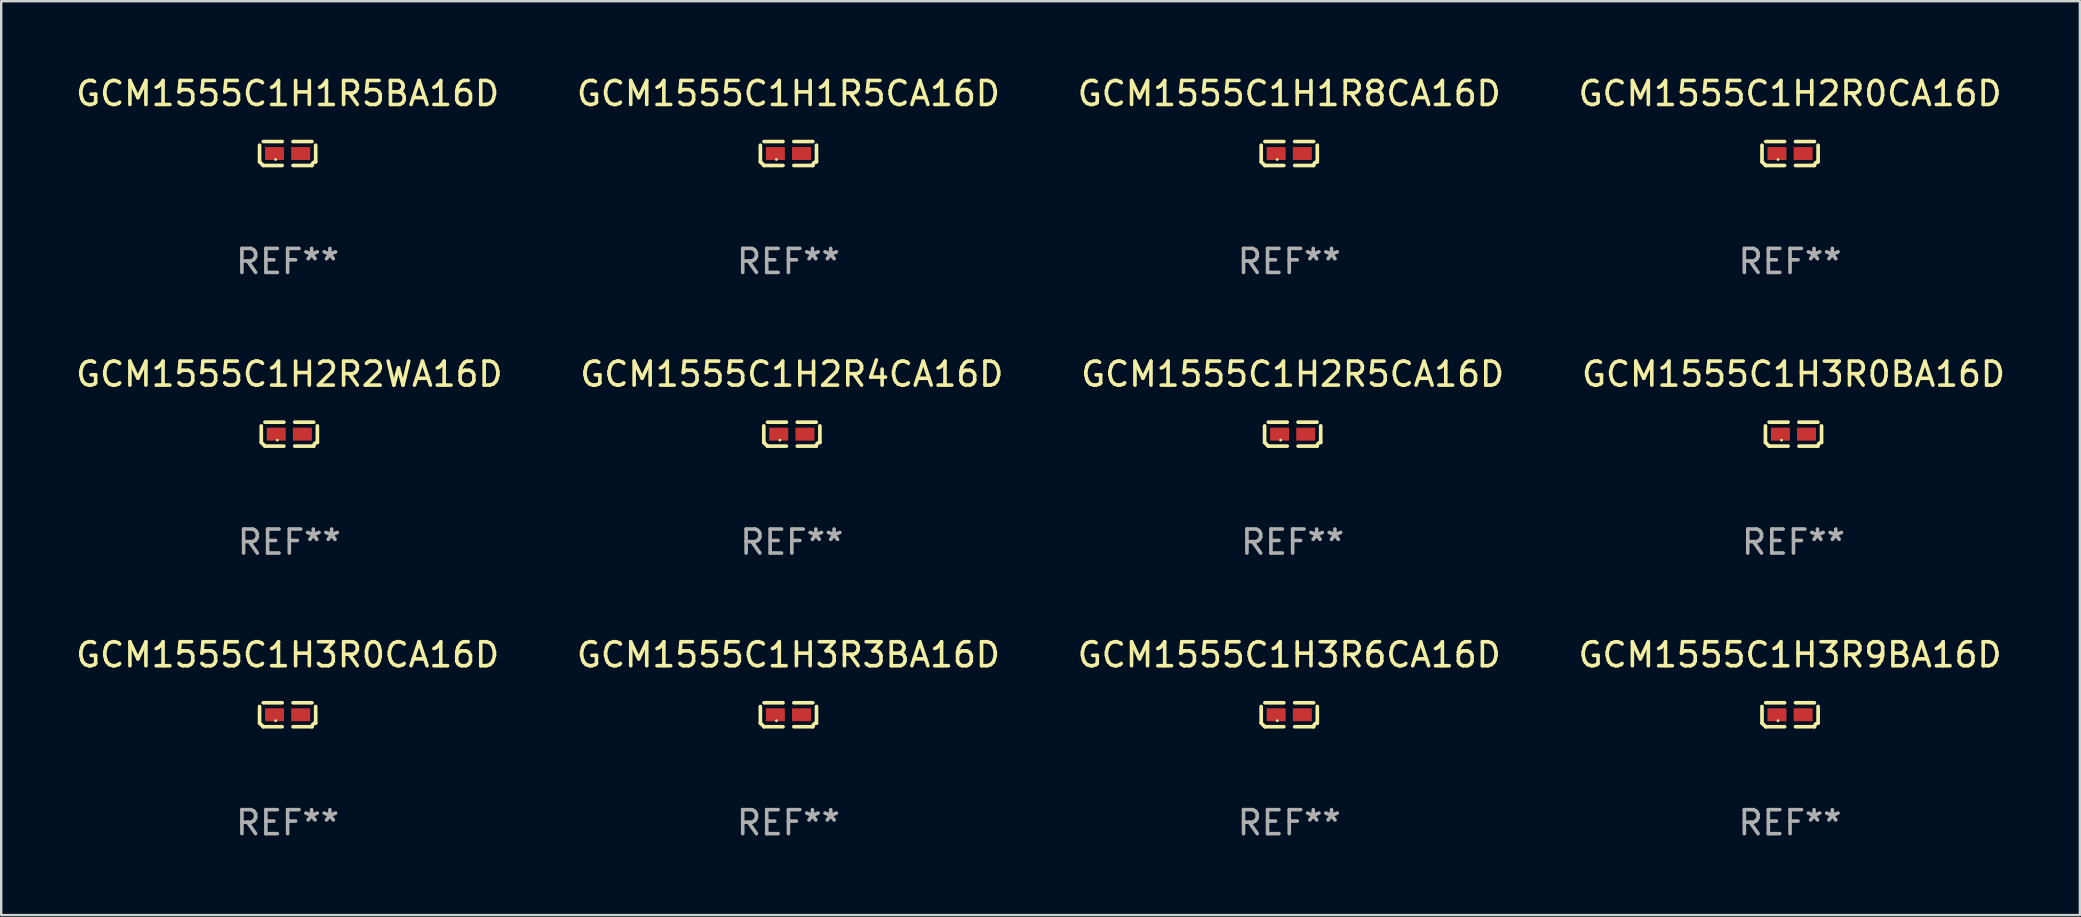
<source format=kicad_pcb>
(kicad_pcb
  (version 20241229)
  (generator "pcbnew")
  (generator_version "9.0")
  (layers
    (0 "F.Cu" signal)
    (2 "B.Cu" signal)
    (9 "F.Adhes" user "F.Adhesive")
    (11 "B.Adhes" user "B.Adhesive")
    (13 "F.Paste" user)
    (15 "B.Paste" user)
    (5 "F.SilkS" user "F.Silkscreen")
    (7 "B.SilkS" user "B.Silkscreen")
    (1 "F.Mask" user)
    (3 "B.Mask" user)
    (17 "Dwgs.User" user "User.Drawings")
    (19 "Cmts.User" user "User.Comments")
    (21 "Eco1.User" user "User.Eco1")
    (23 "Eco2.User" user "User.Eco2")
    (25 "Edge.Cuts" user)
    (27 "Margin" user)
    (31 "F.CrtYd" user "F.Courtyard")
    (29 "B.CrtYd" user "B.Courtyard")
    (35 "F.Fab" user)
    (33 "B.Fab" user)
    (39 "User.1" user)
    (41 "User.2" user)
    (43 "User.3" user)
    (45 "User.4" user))
  (footprint "GCM1555C1H1R5BA16D"
    (layer "F.Cu")
    (at 8.935 3.347)
    (property "Reference" "GCM1555C1H1R5BA16D" (at 0 -2.499 0) (layer "F.SilkS") (effects (font (size 1 1) (thickness 0.15))))
    (attr through_hole)
    (fp_line (start -1.169 0.346) (end -1.169 -0.346) (stroke (width 0.152) (type solid)) (layer "F.SilkS"))
    (fp_line (start -1.016 -0.499) (end -0.226 -0.499) (stroke (width 0.152) (type solid)) (layer "F.SilkS"))
    (fp_line (start -0.226 0.499) (end -1.016 0.499) (stroke (width 0.152) (type solid)) (layer "F.SilkS"))
    (fp_line (start 0.226 0.499) (end 1.016 0.499) (stroke (width 0.152) (type solid)) (layer "F.SilkS"))
    (fp_line (start 1.016 -0.499) (end 0.226 -0.499) (stroke (width 0.152) (type solid)) (layer "F.SilkS"))
    (fp_line (start 1.169 0.346) (end 1.169 -0.346) (stroke (width 0.152) (type solid)) (layer "F.SilkS"))
    (fp_arc (start -1.016307 0.498603) (mid -1.092512 0.422405) (end -1.16871 0.3462) (stroke (width 0.1524) (type solid)) (layer "F.SilkS"))
    (fp_arc (start 1.016307 0.498603) (mid 1.060899 0.390758) (end 1.168707 0.346076) (stroke (width 0.1524) (type solid)) (layer "F.SilkS"))
    (fp_circle (center -0.5 0.25) (end -0.47 0.25) (stroke (width 0.06) (type solid)) (fill no) (layer "F.SilkS"))
    (fp_text user "REF**" (at 0 4.499 0) (layer "F.Fab") (effects (font (size 1 1) (thickness 0.15))))
    (pad "1" smd rect (at -0.545 0) (size 0.79 0.54) (layers "F.Cu" "F.Mask" "F.Paste"))
    (pad "2" smd rect (at 0.545 0) (size 0.79 0.54) (layers "F.Cu" "F.Mask" "F.Paste")))
  (footprint "GCM1555C1H1R8CA16D"
    (layer "F.Cu")
    (at 50.673 3.347)
    (property "Reference" "GCM1555C1H1R8CA16D" (at 0 -2.499 0) (layer "F.SilkS") (effects (font (size 1 1) (thickness 0.15))))
    (attr through_hole)
    (fp_line (start -1.169 0.346) (end -1.169 -0.346) (stroke (width 0.152) (type solid)) (layer "F.SilkS"))
    (fp_line (start -1.016 -0.499) (end -0.226 -0.499) (stroke (width 0.152) (type solid)) (layer "F.SilkS"))
    (fp_line (start -0.226 0.499) (end -1.016 0.499) (stroke (width 0.152) (type solid)) (layer "F.SilkS"))
    (fp_line (start 0.226 0.499) (end 1.016 0.499) (stroke (width 0.152) (type solid)) (layer "F.SilkS"))
    (fp_line (start 1.016 -0.499) (end 0.226 -0.499) (stroke (width 0.152) (type solid)) (layer "F.SilkS"))
    (fp_line (start 1.169 0.346) (end 1.169 -0.346) (stroke (width 0.152) (type solid)) (layer "F.SilkS"))
    (fp_arc (start -1.016307 0.498603) (mid -1.092512 0.422405) (end -1.16871 0.3462) (stroke (width 0.1524) (type solid)) (layer "F.SilkS"))
    (fp_arc (start 1.016307 0.498603) (mid 1.060899 0.390758) (end 1.168707 0.346076) (stroke (width 0.1524) (type solid)) (layer "F.SilkS"))
    (fp_circle (center -0.5 0.25) (end -0.47 0.25) (stroke (width 0.06) (type solid)) (fill no) (layer "F.SilkS"))
    (fp_text user "REF**" (at 0 4.499 0) (layer "F.Fab") (effects (font (size 1 1) (thickness 0.15))))
    (pad "1" smd rect (at -0.545 0) (size 0.79 0.54) (layers "F.Cu" "F.Mask" "F.Paste"))
    (pad "2" smd rect (at 0.545 0) (size 0.79 0.54) (layers "F.Cu" "F.Mask" "F.Paste")))
  (footprint "GCM1555C1H2R4CA16D"
    (layer "F.Cu")
    (at 29.946 15.041)
    (property "Reference" "GCM1555C1H2R4CA16D" (at 0 -2.499 0) (layer "F.SilkS") (effects (font (size 1 1) (thickness 0.15))))
    (attr through_hole)
    (fp_line (start -1.169 0.346) (end -1.169 -0.346) (stroke (width 0.152) (type solid)) (layer "F.SilkS"))
    (fp_line (start -1.016 -0.499) (end -0.226 -0.499) (stroke (width 0.152) (type solid)) (layer "F.SilkS"))
    (fp_line (start -0.226 0.499) (end -1.016 0.499) (stroke (width 0.152) (type solid)) (layer "F.SilkS"))
    (fp_line (start 0.226 0.499) (end 1.016 0.499) (stroke (width 0.152) (type solid)) (layer "F.SilkS"))
    (fp_line (start 1.016 -0.499) (end 0.226 -0.499) (stroke (width 0.152) (type solid)) (layer "F.SilkS"))
    (fp_line (start 1.169 0.346) (end 1.169 -0.346) (stroke (width 0.152) (type solid)) (layer "F.SilkS"))
    (fp_arc (start -1.016307 0.498603) (mid -1.092512 0.422405) (end -1.16871 0.3462) (stroke (width 0.1524) (type solid)) (layer "F.SilkS"))
    (fp_arc (start 1.016307 0.498603) (mid 1.060899 0.390758) (end 1.168707 0.346076) (stroke (width 0.1524) (type solid)) (layer "F.SilkS"))
    (fp_circle (center -0.5 0.25) (end -0.47 0.25) (stroke (width 0.06) (type solid)) (fill no) (layer "F.SilkS"))
    (fp_text user "REF**" (at 0 4.499 0) (layer "F.Fab") (effects (font (size 1 1) (thickness 0.15))))
    (pad "1" smd rect (at -0.545 0) (size 0.79 0.54) (layers "F.Cu" "F.Mask" "F.Paste"))
    (pad "2" smd rect (at 0.545 0) (size 0.79 0.54) (layers "F.Cu" "F.Mask" "F.Paste")))
  (footprint "GCM1555C1H2R2WA16D"
    (layer "F.Cu")
    (at 9.006 15.041)
    (property "Reference" "GCM1555C1H2R2WA16D" (at 0 -2.499 0) (layer "F.SilkS") (effects (font (size 1 1) (thickness 0.15))))
    (attr through_hole)
    (fp_line (start -1.169 0.346) (end -1.169 -0.346) (stroke (width 0.152) (type solid)) (layer "F.SilkS"))
    (fp_line (start -1.016 -0.499) (end -0.226 -0.499) (stroke (width 0.152) (type solid)) (layer "F.SilkS"))
    (fp_line (start -0.226 0.499) (end -1.016 0.499) (stroke (width 0.152) (type solid)) (layer "F.SilkS"))
    (fp_line (start 0.226 0.499) (end 1.016 0.499) (stroke (width 0.152) (type solid)) (layer "F.SilkS"))
    (fp_line (start 1.016 -0.499) (end 0.226 -0.499) (stroke (width 0.152) (type solid)) (layer "F.SilkS"))
    (fp_line (start 1.169 0.346) (end 1.169 -0.346) (stroke (width 0.152) (type solid)) (layer "F.SilkS"))
    (fp_arc (start -1.016307 0.498603) (mid -1.092512 0.422405) (end -1.16871 0.3462) (stroke (width 0.1524) (type solid)) (layer "F.SilkS"))
    (fp_arc (start 1.016307 0.498603) (mid 1.060899 0.390758) (end 1.168707 0.346076) (stroke (width 0.1524) (type solid)) (layer "F.SilkS"))
    (fp_circle (center -0.5 0.25) (end -0.47 0.25) (stroke (width 0.06) (type solid)) (fill no) (layer "F.SilkS"))
    (fp_text user "REF**" (at 0 4.499 0) (layer "F.Fab") (effects (font (size 1 1) (thickness 0.15))))
    (pad "1" smd rect (at -0.545 0) (size 0.79 0.54) (layers "F.Cu" "F.Mask" "F.Paste"))
    (pad "2" smd rect (at 0.545 0) (size 0.79 0.54) (layers "F.Cu" "F.Mask" "F.Paste")))
  (footprint "GCM1555C1H3R9BA16D"
    (layer "F.Cu")
    (at 71.542 26.734)
    (property "Reference" "GCM1555C1H3R9BA16D" (at 0 -2.499 0) (layer "F.SilkS") (effects (font (size 1 1) (thickness 0.15))))
    (attr through_hole)
    (fp_line (start -1.169 0.346) (end -1.169 -0.346) (stroke (width 0.152) (type solid)) (layer "F.SilkS"))
    (fp_line (start -1.016 -0.499) (end -0.226 -0.499) (stroke (width 0.152) (type solid)) (layer "F.SilkS"))
    (fp_line (start -0.226 0.499) (end -1.016 0.499) (stroke (width 0.152) (type solid)) (layer "F.SilkS"))
    (fp_line (start 0.226 0.499) (end 1.016 0.499) (stroke (width 0.152) (type solid)) (layer "F.SilkS"))
    (fp_line (start 1.016 -0.499) (end 0.226 -0.499) (stroke (width 0.152) (type solid)) (layer "F.SilkS"))
    (fp_line (start 1.169 0.346) (end 1.169 -0.346) (stroke (width 0.152) (type solid)) (layer "F.SilkS"))
    (fp_arc (start -1.016307 0.498603) (mid -1.092512 0.422405) (end -1.16871 0.3462) (stroke (width 0.1524) (type solid)) (layer "F.SilkS"))
    (fp_arc (start 1.016307 0.498603) (mid 1.060899 0.390758) (end 1.168707 0.346076) (stroke (width 0.1524) (type solid)) (layer "F.SilkS"))
    (fp_circle (center -0.5 0.25) (end -0.47 0.25) (stroke (width 0.06) (type solid)) (fill no) (layer "F.SilkS"))
    (fp_text user "REF**" (at 0 4.499 0) (layer "F.Fab") (effects (font (size 1 1) (thickness 0.15))))
    (pad "1" smd rect (at -0.545 0) (size 0.79 0.54) (layers "F.Cu" "F.Mask" "F.Paste"))
    (pad "2" smd rect (at 0.545 0) (size 0.79 0.54) (layers "F.Cu" "F.Mask" "F.Paste")))
  (footprint "GCM1555C1H3R3BA16D"
    (layer "F.Cu")
    (at 29.804 26.734)
    (property "Reference" "GCM1555C1H3R3BA16D" (at 0 -2.499 0) (layer "F.SilkS") (effects (font (size 1 1) (thickness 0.15))))
    (attr through_hole)
    (fp_line (start -1.169 0.346) (end -1.169 -0.346) (stroke (width 0.152) (type solid)) (layer "F.SilkS"))
    (fp_line (start -1.016 -0.499) (end -0.226 -0.499) (stroke (width 0.152) (type solid)) (layer "F.SilkS"))
    (fp_line (start -0.226 0.499) (end -1.016 0.499) (stroke (width 0.152) (type solid)) (layer "F.SilkS"))
    (fp_line (start 0.226 0.499) (end 1.016 0.499) (stroke (width 0.152) (type solid)) (layer "F.SilkS"))
    (fp_line (start 1.016 -0.499) (end 0.226 -0.499) (stroke (width 0.152) (type solid)) (layer "F.SilkS"))
    (fp_line (start 1.169 0.346) (end 1.169 -0.346) (stroke (width 0.152) (type solid)) (layer "F.SilkS"))
    (fp_arc (start -1.016307 0.498603) (mid -1.092512 0.422405) (end -1.16871 0.3462) (stroke (width 0.1524) (type solid)) (layer "F.SilkS"))
    (fp_arc (start 1.016307 0.498603) (mid 1.060899 0.390758) (end 1.168707 0.346076) (stroke (width 0.1524) (type solid)) (layer "F.SilkS"))
    (fp_circle (center -0.5 0.25) (end -0.47 0.25) (stroke (width 0.06) (type solid)) (fill no) (layer "F.SilkS"))
    (fp_text user "REF**" (at 0 4.499 0) (layer "F.Fab") (effects (font (size 1 1) (thickness 0.15))))
    (pad "1" smd rect (at -0.545 0) (size 0.79 0.54) (layers "F.Cu" "F.Mask" "F.Paste"))
    (pad "2" smd rect (at 0.545 0) (size 0.79 0.54) (layers "F.Cu" "F.Mask" "F.Paste")))
  (footprint "GCM1555C1H3R0CA16D"
    (layer "F.Cu")
    (at 8.935 26.734)
    (property "Reference" "GCM1555C1H3R0CA16D" (at 0 -2.499 0) (layer "F.SilkS") (effects (font (size 1 1) (thickness 0.15))))
    (attr through_hole)
    (fp_line (start -1.169 0.346) (end -1.169 -0.346) (stroke (width 0.152) (type solid)) (layer "F.SilkS"))
    (fp_line (start -1.016 -0.499) (end -0.226 -0.499) (stroke (width 0.152) (type solid)) (layer "F.SilkS"))
    (fp_line (start -0.226 0.499) (end -1.016 0.499) (stroke (width 0.152) (type solid)) (layer "F.SilkS"))
    (fp_line (start 0.226 0.499) (end 1.016 0.499) (stroke (width 0.152) (type solid)) (layer "F.SilkS"))
    (fp_line (start 1.016 -0.499) (end 0.226 -0.499) (stroke (width 0.152) (type solid)) (layer "F.SilkS"))
    (fp_line (start 1.169 0.346) (end 1.169 -0.346) (stroke (width 0.152) (type solid)) (layer "F.SilkS"))
    (fp_arc (start -1.016307 0.498603) (mid -1.092512 0.422405) (end -1.16871 0.3462) (stroke (width 0.1524) (type solid)) (layer "F.SilkS"))
    (fp_arc (start 1.016307 0.498603) (mid 1.060899 0.390758) (end 1.168707 0.346076) (stroke (width 0.1524) (type solid)) (layer "F.SilkS"))
    (fp_circle (center -0.5 0.25) (end -0.47 0.25) (stroke (width 0.06) (type solid)) (fill no) (layer "F.SilkS"))
    (fp_text user "REF**" (at 0 4.499 0) (layer "F.Fab") (effects (font (size 1 1) (thickness 0.15))))
    (pad "1" smd rect (at -0.545 0) (size 0.79 0.54) (layers "F.Cu" "F.Mask" "F.Paste"))
    (pad "2" smd rect (at 0.545 0) (size 0.79 0.54) (layers "F.Cu" "F.Mask" "F.Paste")))
  (footprint "GCM1555C1H2R0CA16D"
    (layer "F.Cu")
    (at 71.542 3.347)
    (property "Reference" "GCM1555C1H2R0CA16D" (at 0 -2.499 0) (layer "F.SilkS") (effects (font (size 1 1) (thickness 0.15))))
    (attr through_hole)
    (fp_line (start -1.169 0.346) (end -1.169 -0.346) (stroke (width 0.152) (type solid)) (layer "F.SilkS"))
    (fp_line (start -1.016 -0.499) (end -0.226 -0.499) (stroke (width 0.152) (type solid)) (layer "F.SilkS"))
    (fp_line (start -0.226 0.499) (end -1.016 0.499) (stroke (width 0.152) (type solid)) (layer "F.SilkS"))
    (fp_line (start 0.226 0.499) (end 1.016 0.499) (stroke (width 0.152) (type solid)) (layer "F.SilkS"))
    (fp_line (start 1.016 -0.499) (end 0.226 -0.499) (stroke (width 0.152) (type solid)) (layer "F.SilkS"))
    (fp_line (start 1.169 0.346) (end 1.169 -0.346) (stroke (width 0.152) (type solid)) (layer "F.SilkS"))
    (fp_arc (start -1.016307 0.498603) (mid -1.092512 0.422405) (end -1.16871 0.3462) (stroke (width 0.1524) (type solid)) (layer "F.SilkS"))
    (fp_arc (start 1.016307 0.498603) (mid 1.060899 0.390758) (end 1.168707 0.346076) (stroke (width 0.1524) (type solid)) (layer "F.SilkS"))
    (fp_circle (center -0.5 0.25) (end -0.47 0.25) (stroke (width 0.06) (type solid)) (fill no) (layer "F.SilkS"))
    (fp_text user "REF**" (at 0 4.499 0) (layer "F.Fab") (effects (font (size 1 1) (thickness 0.15))))
    (pad "1" smd rect (at -0.545 0) (size 0.79 0.54) (layers "F.Cu" "F.Mask" "F.Paste"))
    (pad "2" smd rect (at 0.545 0) (size 0.79 0.54) (layers "F.Cu" "F.Mask" "F.Paste")))
  (footprint "GCM1555C1H2R5CA16D"
    (layer "F.Cu")
    (at 50.815 15.041)
    (property "Reference" "GCM1555C1H2R5CA16D" (at 0 -2.499 0) (layer "F.SilkS") (effects (font (size 1 1) (thickness 0.15))))
    (attr through_hole)
    (fp_line (start -1.169 0.346) (end -1.169 -0.346) (stroke (width 0.152) (type solid)) (layer "F.SilkS"))
    (fp_line (start -1.016 -0.499) (end -0.226 -0.499) (stroke (width 0.152) (type solid)) (layer "F.SilkS"))
    (fp_line (start -0.226 0.499) (end -1.016 0.499) (stroke (width 0.152) (type solid)) (layer "F.SilkS"))
    (fp_line (start 0.226 0.499) (end 1.016 0.499) (stroke (width 0.152) (type solid)) (layer "F.SilkS"))
    (fp_line (start 1.016 -0.499) (end 0.226 -0.499) (stroke (width 0.152) (type solid)) (layer "F.SilkS"))
    (fp_line (start 1.169 0.346) (end 1.169 -0.346) (stroke (width 0.152) (type solid)) (layer "F.SilkS"))
    (fp_arc (start -1.016307 0.498603) (mid -1.092512 0.422405) (end -1.16871 0.3462) (stroke (width 0.1524) (type solid)) (layer "F.SilkS"))
    (fp_arc (start 1.016307 0.498603) (mid 1.060899 0.390758) (end 1.168707 0.346076) (stroke (width 0.1524) (type solid)) (layer "F.SilkS"))
    (fp_circle (center -0.5 0.25) (end -0.47 0.25) (stroke (width 0.06) (type solid)) (fill no) (layer "F.SilkS"))
    (fp_text user "REF**" (at 0 4.499 0) (layer "F.Fab") (effects (font (size 1 1) (thickness 0.15))))
    (pad "1" smd rect (at -0.545 0) (size 0.79 0.54) (layers "F.Cu" "F.Mask" "F.Paste"))
    (pad "2" smd rect (at 0.545 0) (size 0.79 0.54) (layers "F.Cu" "F.Mask" "F.Paste")))
  (footprint "GCM1555C1H1R5CA16D"
    (layer "F.Cu")
    (at 29.804 3.347)
    (property "Reference" "GCM1555C1H1R5CA16D" (at 0 -2.499 0) (layer "F.SilkS") (effects (font (size 1 1) (thickness 0.15))))
    (attr through_hole)
    (fp_line (start -1.169 0.346) (end -1.169 -0.346) (stroke (width 0.152) (type solid)) (layer "F.SilkS"))
    (fp_line (start -1.016 -0.499) (end -0.226 -0.499) (stroke (width 0.152) (type solid)) (layer "F.SilkS"))
    (fp_line (start -0.226 0.499) (end -1.016 0.499) (stroke (width 0.152) (type solid)) (layer "F.SilkS"))
    (fp_line (start 0.226 0.499) (end 1.016 0.499) (stroke (width 0.152) (type solid)) (layer "F.SilkS"))
    (fp_line (start 1.016 -0.499) (end 0.226 -0.499) (stroke (width 0.152) (type solid)) (layer "F.SilkS"))
    (fp_line (start 1.169 0.346) (end 1.169 -0.346) (stroke (width 0.152) (type solid)) (layer "F.SilkS"))
    (fp_arc (start -1.016307 0.498603) (mid -1.092512 0.422405) (end -1.16871 0.3462) (stroke (width 0.1524) (type solid)) (layer "F.SilkS"))
    (fp_arc (start 1.016307 0.498603) (mid 1.060899 0.390758) (end 1.168707 0.346076) (stroke (width 0.1524) (type solid)) (layer "F.SilkS"))
    (fp_circle (center -0.5 0.25) (end -0.47 0.25) (stroke (width 0.06) (type solid)) (fill no) (layer "F.SilkS"))
    (fp_text user "REF**" (at 0 4.499 0) (layer "F.Fab") (effects (font (size 1 1) (thickness 0.15))))
    (pad "1" smd rect (at -0.545 0) (size 0.79 0.54) (layers "F.Cu" "F.Mask" "F.Paste"))
    (pad "2" smd rect (at 0.545 0) (size 0.79 0.54) (layers "F.Cu" "F.Mask" "F.Paste")))
  (footprint "GCM1555C1H3R6CA16D"
    (layer "F.Cu")
    (at 50.673 26.734)
    (property "Reference" "GCM1555C1H3R6CA16D" (at 0 -2.499 0) (layer "F.SilkS") (effects (font (size 1 1) (thickness 0.15))))
    (attr through_hole)
    (fp_line (start -1.169 0.346) (end -1.169 -0.346) (stroke (width 0.152) (type solid)) (layer "F.SilkS"))
    (fp_line (start -1.016 -0.499) (end -0.226 -0.499) (stroke (width 0.152) (type solid)) (layer "F.SilkS"))
    (fp_line (start -0.226 0.499) (end -1.016 0.499) (stroke (width 0.152) (type solid)) (layer "F.SilkS"))
    (fp_line (start 0.226 0.499) (end 1.016 0.499) (stroke (width 0.152) (type solid)) (layer "F.SilkS"))
    (fp_line (start 1.016 -0.499) (end 0.226 -0.499) (stroke (width 0.152) (type solid)) (layer "F.SilkS"))
    (fp_line (start 1.169 0.346) (end 1.169 -0.346) (stroke (width 0.152) (type solid)) (layer "F.SilkS"))
    (fp_arc (start -1.016307 0.498603) (mid -1.092512 0.422405) (end -1.16871 0.3462) (stroke (width 0.1524) (type solid)) (layer "F.SilkS"))
    (fp_arc (start 1.016307 0.498603) (mid 1.060899 0.390758) (end 1.168707 0.346076) (stroke (width 0.1524) (type solid)) (layer "F.SilkS"))
    (fp_circle (center -0.5 0.25) (end -0.47 0.25) (stroke (width 0.06) (type solid)) (fill no) (layer "F.SilkS"))
    (fp_text user "REF**" (at 0 4.499 0) (layer "F.Fab") (effects (font (size 1 1) (thickness 0.15))))
    (pad "1" smd rect (at -0.545 0) (size 0.79 0.54) (layers "F.Cu" "F.Mask" "F.Paste"))
    (pad "2" smd rect (at 0.545 0) (size 0.79 0.54) (layers "F.Cu" "F.Mask" "F.Paste")))
  (footprint "GCM1555C1H3R0BA16D"
    (layer "F.Cu")
    (at 71.685 15.041)
    (property "Reference" "GCM1555C1H3R0BA16D" (at 0 -2.499 0) (layer "F.SilkS") (effects (font (size 1 1) (thickness 0.15))))
    (attr through_hole)
    (fp_line (start -1.169 0.346) (end -1.169 -0.346) (stroke (width 0.152) (type solid)) (layer "F.SilkS"))
    (fp_line (start -1.016 -0.499) (end -0.226 -0.499) (stroke (width 0.152) (type solid)) (layer "F.SilkS"))
    (fp_line (start -0.226 0.499) (end -1.016 0.499) (stroke (width 0.152) (type solid)) (layer "F.SilkS"))
    (fp_line (start 0.226 0.499) (end 1.016 0.499) (stroke (width 0.152) (type solid)) (layer "F.SilkS"))
    (fp_line (start 1.016 -0.499) (end 0.226 -0.499) (stroke (width 0.152) (type solid)) (layer "F.SilkS"))
    (fp_line (start 1.169 0.346) (end 1.169 -0.346) (stroke (width 0.152) (type solid)) (layer "F.SilkS"))
    (fp_arc (start -1.016307 0.498603) (mid -1.092512 0.422405) (end -1.16871 0.3462) (stroke (width 0.1524) (type solid)) (layer "F.SilkS"))
    (fp_arc (start 1.016307 0.498603) (mid 1.060899 0.390758) (end 1.168707 0.346076) (stroke (width 0.1524) (type solid)) (layer "F.SilkS"))
    (fp_circle (center -0.5 0.25) (end -0.47 0.25) (stroke (width 0.06) (type solid)) (fill no) (layer "F.SilkS"))
    (fp_text user "REF**" (at 0 4.499 0) (layer "F.Fab") (effects (font (size 1 1) (thickness 0.15))))
    (pad "1" smd rect (at -0.545 0) (size 0.79 0.54) (layers "F.Cu" "F.Mask" "F.Paste"))
    (pad "2" smd rect (at 0.545 0) (size 0.79 0.54) (layers "F.Cu" "F.Mask" "F.Paste")))
  (gr_rect
    (start -3 -3)
    (end 83.619 35.081)
    (stroke (width 0.1) (type default))
    (fill no)
    (layer "Edge.Cuts")))
</source>
